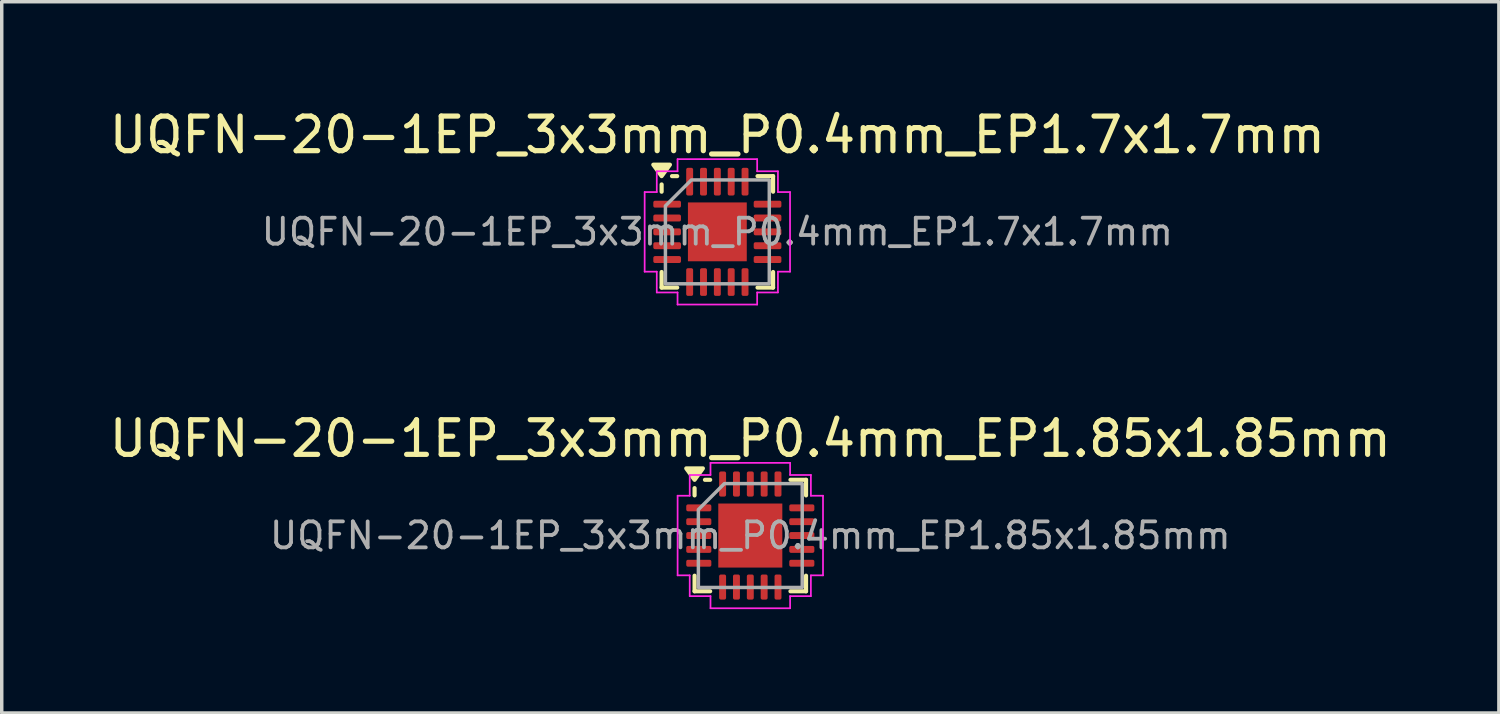
<source format=kicad_pcb>
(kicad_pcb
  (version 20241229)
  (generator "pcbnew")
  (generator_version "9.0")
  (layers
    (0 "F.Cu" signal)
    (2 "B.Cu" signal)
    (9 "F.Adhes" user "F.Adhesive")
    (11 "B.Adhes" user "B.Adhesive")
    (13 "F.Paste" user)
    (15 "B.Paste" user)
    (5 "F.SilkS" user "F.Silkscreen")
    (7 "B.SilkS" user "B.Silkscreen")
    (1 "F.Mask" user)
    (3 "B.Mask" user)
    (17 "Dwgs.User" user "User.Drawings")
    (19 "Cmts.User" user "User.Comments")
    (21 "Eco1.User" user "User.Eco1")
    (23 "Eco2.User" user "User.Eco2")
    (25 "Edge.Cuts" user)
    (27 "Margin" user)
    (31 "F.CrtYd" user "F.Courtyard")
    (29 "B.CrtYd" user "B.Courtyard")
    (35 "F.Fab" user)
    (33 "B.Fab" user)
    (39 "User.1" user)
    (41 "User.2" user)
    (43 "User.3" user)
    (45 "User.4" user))
  (footprint "UQFN-20-1EP_3x3mm_P0.4mm_EP1.85x1.85mm"
    (layer "F.Cu")
    (at 18.625 12.421)
    (property "Reference" "UQFN-20-1EP_3x3mm_P0.4mm_EP1.85x1.85mm" (at 0 -2.8 0) (layer "F.SilkS") (effects (font (size 1 1) (thickness 0.15))))
    (attr smd)
    (fp_line (start -1.61 -1.16) (end -1.61 -1.37) (stroke (width 0.12) (type solid)) (layer "F.SilkS"))
    (fp_line (start -1.61 1.61) (end -1.61 1.16) (stroke (width 0.12) (type solid)) (layer "F.SilkS"))
    (fp_line (start -1.16 -1.61) (end -1.31 -1.61) (stroke (width 0.12) (type solid)) (layer "F.SilkS"))
    (fp_line (start -1.16 1.61) (end -1.61 1.61) (stroke (width 0.12) (type solid)) (layer "F.SilkS"))
    (fp_line (start 1.16 -1.61) (end 1.61 -1.61) (stroke (width 0.12) (type solid)) (layer "F.SilkS"))
    (fp_line (start 1.16 1.61) (end 1.61 1.61) (stroke (width 0.12) (type solid)) (layer "F.SilkS"))
    (fp_line (start 1.61 -1.61) (end 1.61 -1.16) (stroke (width 0.12) (type solid)) (layer "F.SilkS"))
    (fp_line (start 1.61 1.61) (end 1.61 1.16) (stroke (width 0.12) (type solid)) (layer "F.SilkS"))
    (fp_poly (pts (xy -1.61 -1.61) (xy -1.85 -1.94) (xy -1.37 -1.94)) (stroke (width 0.12) (type solid)) (fill yes) (layer "F.SilkS"))
    (fp_line (start -2.1 -1.15) (end -1.75 -1.15) (stroke (width 0.05) (type solid)) (layer "F.CrtYd"))
    (fp_line (start -2.1 1.15) (end -2.1 -1.15) (stroke (width 0.05) (type solid)) (layer "F.CrtYd"))
    (fp_line (start -1.75 -1.75) (end -1.15 -1.75) (stroke (width 0.05) (type solid)) (layer "F.CrtYd"))
    (fp_line (start -1.75 -1.15) (end -1.75 -1.75) (stroke (width 0.05) (type solid)) (layer "F.CrtYd"))
    (fp_line (start -1.75 1.15) (end -2.1 1.15) (stroke (width 0.05) (type solid)) (layer "F.CrtYd"))
    (fp_line (start -1.75 1.75) (end -1.75 1.15) (stroke (width 0.05) (type solid)) (layer "F.CrtYd"))
    (fp_line (start -1.15 -2.1) (end 1.15 -2.1) (stroke (width 0.05) (type solid)) (layer "F.CrtYd"))
    (fp_line (start -1.15 -1.75) (end -1.15 -2.1) (stroke (width 0.05) (type solid)) (layer "F.CrtYd"))
    (fp_line (start -1.15 1.75) (end -1.75 1.75) (stroke (width 0.05) (type solid)) (layer "F.CrtYd"))
    (fp_line (start -1.15 2.1) (end -1.15 1.75) (stroke (width 0.05) (type solid)) (layer "F.CrtYd"))
    (fp_line (start 1.15 -2.1) (end 1.15 -1.75) (stroke (width 0.05) (type solid)) (layer "F.CrtYd"))
    (fp_line (start 1.15 -1.75) (end 1.75 -1.75) (stroke (width 0.05) (type solid)) (layer "F.CrtYd"))
    (fp_line (start 1.15 1.75) (end 1.15 2.1) (stroke (width 0.05) (type solid)) (layer "F.CrtYd"))
    (fp_line (start 1.15 2.1) (end -1.15 2.1) (stroke (width 0.05) (type solid)) (layer "F.CrtYd"))
    (fp_line (start 1.75 -1.75) (end 1.75 -1.15) (stroke (width 0.05) (type solid)) (layer "F.CrtYd"))
    (fp_line (start 1.75 -1.15) (end 2.1 -1.15) (stroke (width 0.05) (type solid)) (layer "F.CrtYd"))
    (fp_line (start 1.75 1.15) (end 1.75 1.75) (stroke (width 0.05) (type solid)) (layer "F.CrtYd"))
    (fp_line (start 1.75 1.75) (end 1.15 1.75) (stroke (width 0.05) (type solid)) (layer "F.CrtYd"))
    (fp_line (start 2.1 -1.15) (end 2.1 1.15) (stroke (width 0.05) (type solid)) (layer "F.CrtYd"))
    (fp_line (start 2.1 1.15) (end 1.75 1.15) (stroke (width 0.05) (type solid)) (layer "F.CrtYd"))
    (fp_poly (pts (xy -1.5 -0.75) (xy -1.5 1.5) (xy 1.5 1.5) (xy 1.5 -1.5) (xy -0.75 -1.5)) (stroke (width 0.1) (type solid)) (fill no) (layer "F.Fab"))
    (fp_text user "${REFERENCE}" (at 0 0 0) (layer "F.Fab") (effects (font (size 0.75 0.75) (thickness 0.11))))
    (pad "" smd roundrect (at -0.46 -0.46) (size 0.75 0.75) (layers "F.Paste") (roundrect_rratio 0.25))
    (pad "" smd roundrect (at -0.46 0.46) (size 0.75 0.75) (layers "F.Paste") (roundrect_rratio 0.25))
    (pad "" smd roundrect (at 0.46 -0.46) (size 0.75 0.75) (layers "F.Paste") (roundrect_rratio 0.25))
    (pad "" smd roundrect (at 0.46 0.46) (size 0.75 0.75) (layers "F.Paste") (roundrect_rratio 0.25))
    (pad "1" smd roundrect (at -1.488 -0.8) (size 0.725 0.2) (layers "F.Cu" "F.Mask" "F.Paste") (roundrect_rratio 0.25))
    (pad "2" smd roundrect (at -1.488 -0.4) (size 0.725 0.2) (layers "F.Cu" "F.Mask" "F.Paste") (roundrect_rratio 0.25))
    (pad "3" smd roundrect (at -1.488 0) (size 0.725 0.2) (layers "F.Cu" "F.Mask" "F.Paste") (roundrect_rratio 0.25))
    (pad "4" smd roundrect (at -1.488 0.4) (size 0.725 0.2) (layers "F.Cu" "F.Mask" "F.Paste") (roundrect_rratio 0.25))
    (pad "5" smd roundrect (at -1.488 0.8) (size 0.725 0.2) (layers "F.Cu" "F.Mask" "F.Paste") (roundrect_rratio 0.25))
    (pad "6" smd roundrect (at -0.8 1.488) (size 0.2 0.725) (layers "F.Cu" "F.Mask" "F.Paste") (roundrect_rratio 0.25))
    (pad "7" smd roundrect (at -0.4 1.488) (size 0.2 0.725) (layers "F.Cu" "F.Mask" "F.Paste") (roundrect_rratio 0.25))
    (pad "8" smd roundrect (at 0 1.488) (size 0.2 0.725) (layers "F.Cu" "F.Mask" "F.Paste") (roundrect_rratio 0.25))
    (pad "9" smd roundrect (at 0.4 1.488) (size 0.2 0.725) (layers "F.Cu" "F.Mask" "F.Paste") (roundrect_rratio 0.25))
    (pad "10" smd roundrect (at 0.8 1.488) (size 0.2 0.725) (layers "F.Cu" "F.Mask" "F.Paste") (roundrect_rratio 0.25))
    (pad "11" smd roundrect (at 1.488 0.8) (size 0.725 0.2) (layers "F.Cu" "F.Mask" "F.Paste") (roundrect_rratio 0.25))
    (pad "12" smd roundrect (at 1.488 0.4) (size 0.725 0.2) (layers "F.Cu" "F.Mask" "F.Paste") (roundrect_rratio 0.25))
    (pad "13" smd roundrect (at 1.488 0) (size 0.725 0.2) (layers "F.Cu" "F.Mask" "F.Paste") (roundrect_rratio 0.25))
    (pad "14" smd roundrect (at 1.488 -0.4) (size 0.725 0.2) (layers "F.Cu" "F.Mask" "F.Paste") (roundrect_rratio 0.25))
    (pad "15" smd roundrect (at 1.488 -0.8) (size 0.725 0.2) (layers "F.Cu" "F.Mask" "F.Paste") (roundrect_rratio 0.25))
    (pad "16" smd roundrect (at 0.8 -1.488) (size 0.2 0.725) (layers "F.Cu" "F.Mask" "F.Paste") (roundrect_rratio 0.25))
    (pad "17" smd roundrect (at 0.4 -1.488) (size 0.2 0.725) (layers "F.Cu" "F.Mask" "F.Paste") (roundrect_rratio 0.25))
    (pad "18" smd roundrect (at 0 -1.488) (size 0.2 0.725) (layers "F.Cu" "F.Mask" "F.Paste") (roundrect_rratio 0.25))
    (pad "19" smd roundrect (at -0.4 -1.488) (size 0.2 0.725) (layers "F.Cu" "F.Mask" "F.Paste") (roundrect_rratio 0.25))
    (pad "20" smd roundrect (at -0.8 -1.488) (size 0.2 0.725) (layers "F.Cu" "F.Mask" "F.Paste") (roundrect_rratio 0.25))
    (pad "21" smd rect (at 0 0) (size 1.85 1.85) (property pad_prop_heatsink) (layers "F.Cu" "F.Mask")))
  (footprint "UQFN-20-1EP_3x3mm_P0.4mm_EP1.7x1.7mm"
    (layer "F.Cu")
    (at 17.673 3.648)
    (property "Reference" "UQFN-20-1EP_3x3mm_P0.4mm_EP1.7x1.7mm" (at 0 -2.8 0) (layer "F.SilkS") (effects (font (size 1 1) (thickness 0.15))))
    (attr smd)
    (fp_line (start -1.61 -1.16) (end -1.61 -1.37) (stroke (width 0.12) (type solid)) (layer "F.SilkS"))
    (fp_line (start -1.61 1.61) (end -1.61 1.16) (stroke (width 0.12) (type solid)) (layer "F.SilkS"))
    (fp_line (start -1.16 -1.61) (end -1.31 -1.61) (stroke (width 0.12) (type solid)) (layer "F.SilkS"))
    (fp_line (start -1.16 1.61) (end -1.61 1.61) (stroke (width 0.12) (type solid)) (layer "F.SilkS"))
    (fp_line (start 1.16 -1.61) (end 1.61 -1.61) (stroke (width 0.12) (type solid)) (layer "F.SilkS"))
    (fp_line (start 1.16 1.61) (end 1.61 1.61) (stroke (width 0.12) (type solid)) (layer "F.SilkS"))
    (fp_line (start 1.61 -1.61) (end 1.61 -1.16) (stroke (width 0.12) (type solid)) (layer "F.SilkS"))
    (fp_line (start 1.61 1.61) (end 1.61 1.16) (stroke (width 0.12) (type solid)) (layer "F.SilkS"))
    (fp_poly (pts (xy -1.61 -1.61) (xy -1.85 -1.94) (xy -1.37 -1.94)) (stroke (width 0.12) (type solid)) (fill yes) (layer "F.SilkS"))
    (fp_line (start -2.1 -1.15) (end -1.75 -1.15) (stroke (width 0.05) (type solid)) (layer "F.CrtYd"))
    (fp_line (start -2.1 1.15) (end -2.1 -1.15) (stroke (width 0.05) (type solid)) (layer "F.CrtYd"))
    (fp_line (start -1.75 -1.75) (end -1.15 -1.75) (stroke (width 0.05) (type solid)) (layer "F.CrtYd"))
    (fp_line (start -1.75 -1.15) (end -1.75 -1.75) (stroke (width 0.05) (type solid)) (layer "F.CrtYd"))
    (fp_line (start -1.75 1.15) (end -2.1 1.15) (stroke (width 0.05) (type solid)) (layer "F.CrtYd"))
    (fp_line (start -1.75 1.75) (end -1.75 1.15) (stroke (width 0.05) (type solid)) (layer "F.CrtYd"))
    (fp_line (start -1.15 -2.1) (end 1.15 -2.1) (stroke (width 0.05) (type solid)) (layer "F.CrtYd"))
    (fp_line (start -1.15 -1.75) (end -1.15 -2.1) (stroke (width 0.05) (type solid)) (layer "F.CrtYd"))
    (fp_line (start -1.15 1.75) (end -1.75 1.75) (stroke (width 0.05) (type solid)) (layer "F.CrtYd"))
    (fp_line (start -1.15 2.1) (end -1.15 1.75) (stroke (width 0.05) (type solid)) (layer "F.CrtYd"))
    (fp_line (start 1.15 -2.1) (end 1.15 -1.75) (stroke (width 0.05) (type solid)) (layer "F.CrtYd"))
    (fp_line (start 1.15 -1.75) (end 1.75 -1.75) (stroke (width 0.05) (type solid)) (layer "F.CrtYd"))
    (fp_line (start 1.15 1.75) (end 1.15 2.1) (stroke (width 0.05) (type solid)) (layer "F.CrtYd"))
    (fp_line (start 1.15 2.1) (end -1.15 2.1) (stroke (width 0.05) (type solid)) (layer "F.CrtYd"))
    (fp_line (start 1.75 -1.75) (end 1.75 -1.15) (stroke (width 0.05) (type solid)) (layer "F.CrtYd"))
    (fp_line (start 1.75 -1.15) (end 2.1 -1.15) (stroke (width 0.05) (type solid)) (layer "F.CrtYd"))
    (fp_line (start 1.75 1.15) (end 1.75 1.75) (stroke (width 0.05) (type solid)) (layer "F.CrtYd"))
    (fp_line (start 1.75 1.75) (end 1.15 1.75) (stroke (width 0.05) (type solid)) (layer "F.CrtYd"))
    (fp_line (start 2.1 -1.15) (end 2.1 1.15) (stroke (width 0.05) (type solid)) (layer "F.CrtYd"))
    (fp_line (start 2.1 1.15) (end 1.75 1.15) (stroke (width 0.05) (type solid)) (layer "F.CrtYd"))
    (fp_poly (pts (xy -1.5 -0.75) (xy -1.5 1.5) (xy 1.5 1.5) (xy 1.5 -1.5) (xy -0.75 -1.5)) (stroke (width 0.1) (type solid)) (fill no) (layer "F.Fab"))
    (fp_text user "${REFERENCE}" (at 0 0 0) (layer "F.Fab") (effects (font (size 0.75 0.75) (thickness 0.11))))
    (pad "" smd roundrect (at -0.425 -0.425) (size 0.69 0.69) (layers "F.Paste") (roundrect_rratio 0.25))
    (pad "" smd roundrect (at -0.425 0.425) (size 0.69 0.69) (layers "F.Paste") (roundrect_rratio 0.25))
    (pad "" smd roundrect (at 0.425 -0.425) (size 0.69 0.69) (layers "F.Paste") (roundrect_rratio 0.25))
    (pad "" smd roundrect (at 0.425 0.425) (size 0.69 0.69) (layers "F.Paste") (roundrect_rratio 0.25))
    (pad "1" smd roundrect (at -1.45 -0.8) (size 0.8 0.2) (layers "F.Cu" "F.Mask" "F.Paste") (roundrect_rratio 0.25))
    (pad "2" smd roundrect (at -1.45 -0.4) (size 0.8 0.2) (layers "F.Cu" "F.Mask" "F.Paste") (roundrect_rratio 0.25))
    (pad "3" smd roundrect (at -1.45 0) (size 0.8 0.2) (layers "F.Cu" "F.Mask" "F.Paste") (roundrect_rratio 0.25))
    (pad "4" smd roundrect (at -1.45 0.4) (size 0.8 0.2) (layers "F.Cu" "F.Mask" "F.Paste") (roundrect_rratio 0.25))
    (pad "5" smd roundrect (at -1.45 0.8) (size 0.8 0.2) (layers "F.Cu" "F.Mask" "F.Paste") (roundrect_rratio 0.25))
    (pad "6" smd roundrect (at -0.8 1.45) (size 0.2 0.8) (layers "F.Cu" "F.Mask" "F.Paste") (roundrect_rratio 0.25))
    (pad "7" smd roundrect (at -0.4 1.45) (size 0.2 0.8) (layers "F.Cu" "F.Mask" "F.Paste") (roundrect_rratio 0.25))
    (pad "8" smd roundrect (at 0 1.45) (size 0.2 0.8) (layers "F.Cu" "F.Mask" "F.Paste") (roundrect_rratio 0.25))
    (pad "9" smd roundrect (at 0.4 1.45) (size 0.2 0.8) (layers "F.Cu" "F.Mask" "F.Paste") (roundrect_rratio 0.25))
    (pad "10" smd roundrect (at 0.8 1.45) (size 0.2 0.8) (layers "F.Cu" "F.Mask" "F.Paste") (roundrect_rratio 0.25))
    (pad "11" smd roundrect (at 1.45 0.8) (size 0.8 0.2) (layers "F.Cu" "F.Mask" "F.Paste") (roundrect_rratio 0.25))
    (pad "12" smd roundrect (at 1.45 0.4) (size 0.8 0.2) (layers "F.Cu" "F.Mask" "F.Paste") (roundrect_rratio 0.25))
    (pad "13" smd roundrect (at 1.45 0) (size 0.8 0.2) (layers "F.Cu" "F.Mask" "F.Paste") (roundrect_rratio 0.25))
    (pad "14" smd roundrect (at 1.45 -0.4) (size 0.8 0.2) (layers "F.Cu" "F.Mask" "F.Paste") (roundrect_rratio 0.25))
    (pad "15" smd roundrect (at 1.45 -0.8) (size 0.8 0.2) (layers "F.Cu" "F.Mask" "F.Paste") (roundrect_rratio 0.25))
    (pad "16" smd roundrect (at 0.8 -1.45) (size 0.2 0.8) (layers "F.Cu" "F.Mask" "F.Paste") (roundrect_rratio 0.25))
    (pad "17" smd roundrect (at 0.4 -1.45) (size 0.2 0.8) (layers "F.Cu" "F.Mask" "F.Paste") (roundrect_rratio 0.25))
    (pad "18" smd roundrect (at 0 -1.45) (size 0.2 0.8) (layers "F.Cu" "F.Mask" "F.Paste") (roundrect_rratio 0.25))
    (pad "19" smd roundrect (at -0.4 -1.45) (size 0.2 0.8) (layers "F.Cu" "F.Mask" "F.Paste") (roundrect_rratio 0.25))
    (pad "20" smd roundrect (at -0.8 -1.45) (size 0.2 0.8) (layers "F.Cu" "F.Mask" "F.Paste") (roundrect_rratio 0.25))
    (pad "21" smd rect (at 0 0) (size 1.7 1.7) (property pad_prop_heatsink) (layers "F.Cu" "F.Mask")))
  (gr_rect
    (start -3 -3)
    (end 40.25 17.547)
    (stroke (width 0.1) (type default))
    (fill no)
    (layer "Edge.Cuts")))
</source>
